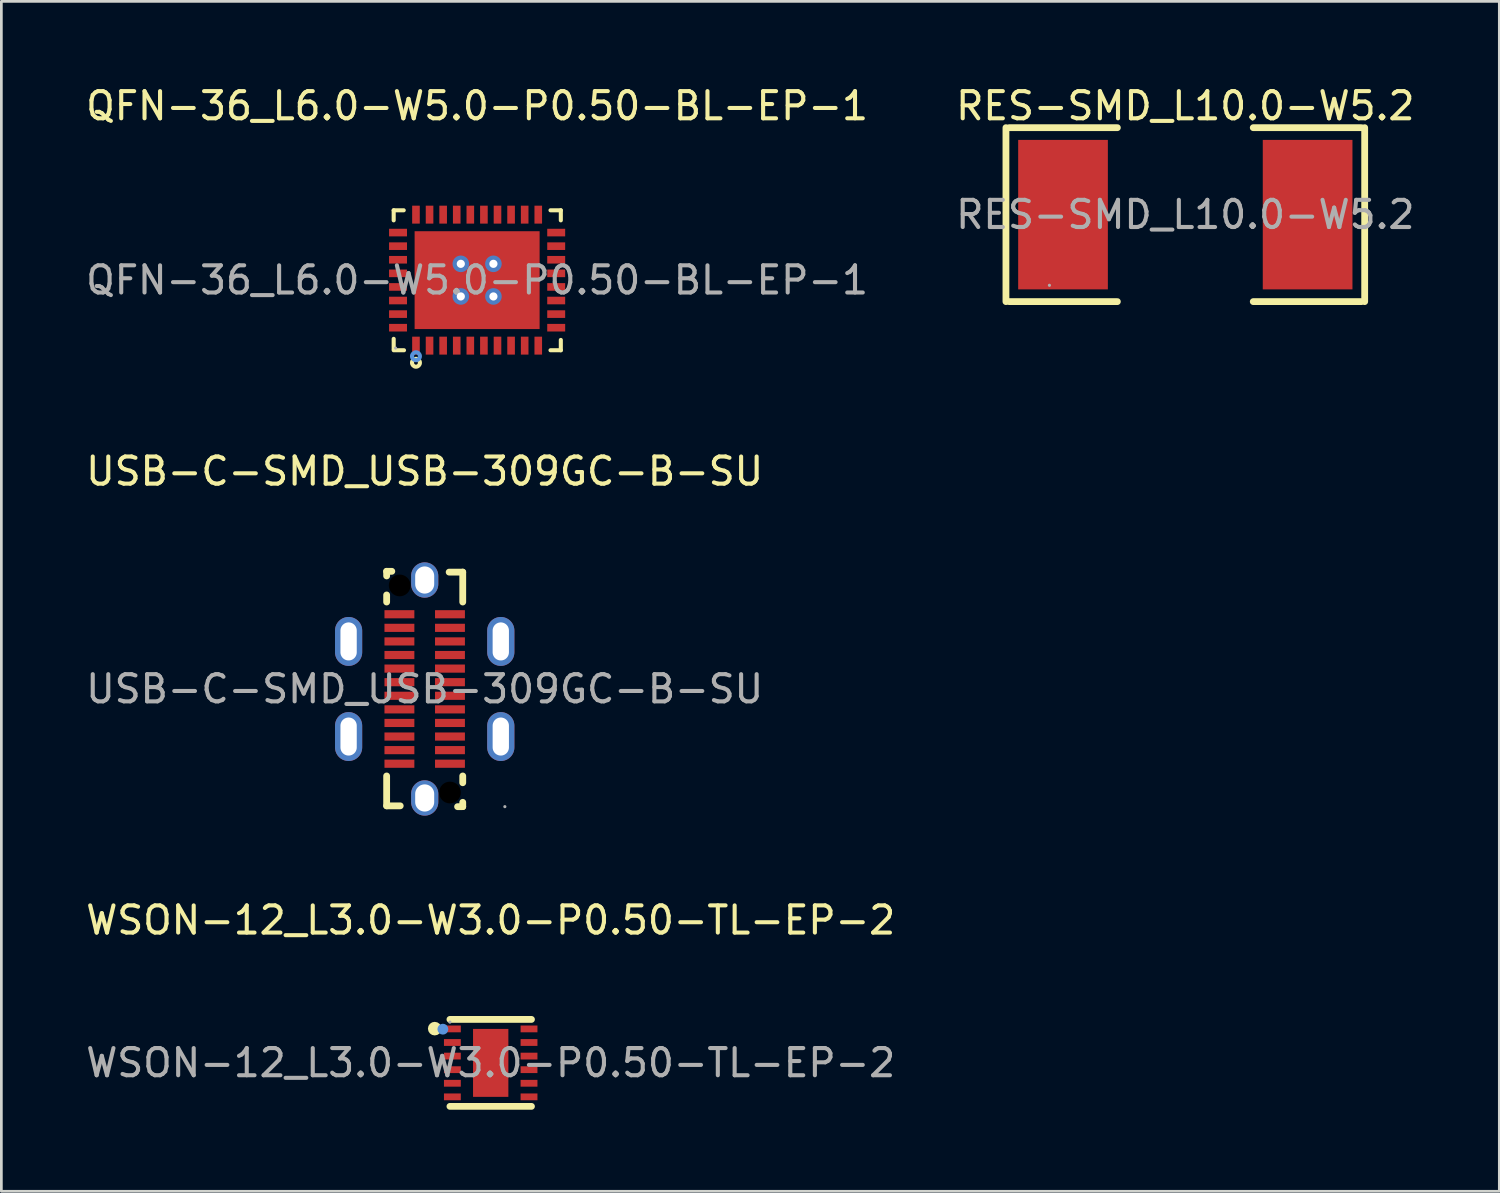
<source format=kicad_pcb>
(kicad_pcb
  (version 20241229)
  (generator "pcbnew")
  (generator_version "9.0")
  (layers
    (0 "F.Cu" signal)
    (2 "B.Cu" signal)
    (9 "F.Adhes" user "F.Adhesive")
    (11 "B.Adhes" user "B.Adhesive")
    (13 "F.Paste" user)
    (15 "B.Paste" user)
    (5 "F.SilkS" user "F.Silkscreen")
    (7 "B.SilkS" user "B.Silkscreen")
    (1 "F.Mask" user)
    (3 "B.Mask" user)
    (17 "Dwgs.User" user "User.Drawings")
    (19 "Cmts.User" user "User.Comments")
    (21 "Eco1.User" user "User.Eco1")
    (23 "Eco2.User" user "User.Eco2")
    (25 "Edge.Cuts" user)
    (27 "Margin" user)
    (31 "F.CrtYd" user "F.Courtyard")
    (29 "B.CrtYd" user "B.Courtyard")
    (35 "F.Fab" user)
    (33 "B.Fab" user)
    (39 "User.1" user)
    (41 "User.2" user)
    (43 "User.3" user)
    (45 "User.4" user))
  (footprint "RES-SMD_L10.0-W5.2"
    (layer "F.Cu")
    (at 40.565 4.848)
    (property "Reference" "RES-SMD_L10.0-W5.2" (at 0 -4 0) (layer "F.SilkS") (effects (font (size 1 1) (thickness 0.15))))
    (attr smd)
    (fp_line (start -6.6 -3.2) (end -6.6 3.2) (stroke (width 0.25) (type solid)) (layer "F.SilkS"))
    (fp_line (start -6.48 -3.2) (end -2.5 -3.2) (stroke (width 0.25) (type solid)) (layer "F.SilkS"))
    (fp_line (start -6.48 3.2) (end -2.5 3.2) (stroke (width 0.25) (type solid)) (layer "F.SilkS"))
    (fp_line (start 6.48 -3.2) (end 2.5 -3.2) (stroke (width 0.25) (type solid)) (layer "F.SilkS"))
    (fp_line (start 6.48 3.2) (end 2.5 3.2) (stroke (width 0.25) (type solid)) (layer "F.SilkS"))
    (fp_line (start 6.6 -3.2) (end 6.6 3.2) (stroke (width 0.25) (type solid)) (layer "F.SilkS"))
    (fp_circle (center -5 2.6) (end -4.97 2.6) (stroke (width 0.06) (type solid)) (fill no) (layer "F.Fab"))
    (fp_text user "${REFERENCE}" (at 0 0 0) (layer "F.Fab") (effects (font (size 1 1) (thickness 0.15))))
    (pad "1" smd rect (at -4.5 0) (size 3.3 5.5) (layers "F.Cu" "F.Mask" "F.Paste"))
    (pad "2" smd rect (at 4.5 0) (size 3.3 5.5) (layers "F.Cu" "F.Mask" "F.Paste")))
  (footprint "WSON-12_L3.0-W3.0-P0.50-TL-EP-2"
    (layer "F.Cu")
    (at 15.006 36.06)
    (property "Reference" "WSON-12_L3.0-W3.0-P0.50-TL-EP-2" (at 0 -5.25 0) (layer "F.SilkS") (effects (font (size 1 1) (thickness 0.15))))
    (attr smd)
    (fp_line (start 1.5 -1.6) (end -1.5 -1.6) (stroke (width 0.25) (type solid)) (layer "F.SilkS"))
    (fp_line (start 1.5 1.6) (end -1.5 1.6) (stroke (width 0.25) (type solid)) (layer "F.SilkS"))
    (fp_arc (start -2.06 -1.26) (mid -2.06 -1.26) (end -2.06 -1.26) (stroke (width 0.25) (type solid)) (layer "F.SilkS"))
    (fp_circle (center -1.76 -1.24) (end -1.66 -1.24) (stroke (width 0.2) (type solid)) (fill no) (layer "Cmts.User"))
    (fp_circle (center -1.5 -1.5) (end -1.47 -1.5) (stroke (width 0.06) (type solid)) (fill no) (layer "F.Fab"))
    (fp_text user "${REFERENCE}" (at 0 0 0) (layer "F.Fab") (effects (font (size 1 1) (thickness 0.15))))
    (pad "1" smd rect (at -1.41 -1.25 270) (size 0.25 0.62) (layers "F.Cu" "F.Mask" "F.Paste"))
    (pad "2" smd rect (at -1.41 -0.75 270) (size 0.25 0.62) (layers "F.Cu" "F.Mask" "F.Paste"))
    (pad "3" smd rect (at -1.41 -0.25 270) (size 0.25 0.62) (layers "F.Cu" "F.Mask" "F.Paste"))
    (pad "4" smd rect (at -1.41 0.25 270) (size 0.25 0.62) (layers "F.Cu" "F.Mask" "F.Paste"))
    (pad "5" smd rect (at -1.41 0.75 270) (size 0.25 0.62) (layers "F.Cu" "F.Mask" "F.Paste"))
    (pad "6" smd rect (at -1.41 1.25 270) (size 0.25 0.62) (layers "F.Cu" "F.Mask" "F.Paste"))
    (pad "7" smd rect (at 1.41 1.25 270) (size 0.25 0.62) (layers "F.Cu" "F.Mask" "F.Paste"))
    (pad "8" smd rect (at 1.41 0.75 270) (size 0.25 0.62) (layers "F.Cu" "F.Mask" "F.Paste"))
    (pad "9" smd rect (at 1.41 0.25 270) (size 0.25 0.62) (layers "F.Cu" "F.Mask" "F.Paste"))
    (pad "10" smd rect (at 1.41 -0.25 270) (size 0.25 0.62) (layers "F.Cu" "F.Mask" "F.Paste"))
    (pad "11" smd rect (at 1.41 -0.75 270) (size 0.25 0.62) (layers "F.Cu" "F.Mask" "F.Paste"))
    (pad "12" smd rect (at 1.41 -1.25 270) (size 0.25 0.62) (layers "F.Cu" "F.Mask" "F.Paste"))
    (pad "13" smd rect (at 0 0) (size 1.3 2.5) (layers "F.Cu" "F.Mask" "F.Paste")))
  (footprint "QFN-36_L6.0-W5.0-P0.50-BL-EP-1"
    (layer "F.Cu")
    (at 14.506 7.258)
    (property "Reference" "QFN-36_L6.0-W5.0-P0.50-BL-EP-1" (at 0 -6.41 0) (layer "F.SilkS") (effects (font (size 1 1) (thickness 0.15))))
    (attr through_hole)
    (fp_line (start -3.07 -2.57) (end -2.7 -2.57) (stroke (width 0.15) (type solid)) (layer "F.SilkS"))
    (fp_line (start -3.07 -2.2) (end -3.07 -2.57) (stroke (width 0.15) (type solid)) (layer "F.SilkS"))
    (fp_line (start -3.07 2.16) (end -3.07 2.54) (stroke (width 0.15) (type solid)) (layer "F.SilkS"))
    (fp_line (start -3.07 2.58) (end -2.69 2.58) (stroke (width 0.15) (type solid)) (layer "F.SilkS"))
    (fp_line (start 3.08 -2.57) (end 2.7 -2.57) (stroke (width 0.15) (type solid)) (layer "F.SilkS"))
    (fp_line (start 3.08 -2.2) (end 3.08 -2.57) (stroke (width 0.15) (type solid)) (layer "F.SilkS"))
    (fp_line (start 3.08 2.2) (end 3.08 2.58) (stroke (width 0.15) (type solid)) (layer "F.SilkS"))
    (fp_line (start 3.08 2.58) (end 2.7 2.58) (stroke (width 0.15) (type solid)) (layer "F.SilkS"))
    (fp_circle (center -2.25 3.04) (end -2.18 3.04) (stroke (width 0.15) (type solid)) (fill no) (layer "F.SilkS"))
    (fp_circle (center -2.25 2.8) (end -2.18 2.8) (stroke (width 0.15) (type solid)) (fill no) (layer "Cmts.User"))
    (fp_circle (center -3 2.5) (end -2.97 2.5) (stroke (width 0.06) (type solid)) (fill no) (layer "F.Fab"))
    (fp_text user "${REFERENCE}" (at 0 0 0) (layer "F.Fab") (effects (font (size 1 1) (thickness 0.15))))
    (pad "1" smd rect (at -2.25 2.41) (size 0.28 0.66) (layers "F.Cu" "F.Mask" "F.Paste"))
    (pad "2" smd rect (at -1.75 2.41) (size 0.28 0.66) (layers "F.Cu" "F.Mask" "F.Paste"))
    (pad "3" smd rect (at -1.25 2.41) (size 0.28 0.66) (layers "F.Cu" "F.Mask" "F.Paste"))
    (pad "4" smd rect (at -0.75 2.41) (size 0.28 0.66) (layers "F.Cu" "F.Mask" "F.Paste"))
    (pad "5" smd rect (at -0.25 2.41) (size 0.28 0.66) (layers "F.Cu" "F.Mask" "F.Paste"))
    (pad "6" smd rect (at 0.25 2.41) (size 0.28 0.66) (layers "F.Cu" "F.Mask" "F.Paste"))
    (pad "7" smd rect (at 0.75 2.41) (size 0.28 0.66) (layers "F.Cu" "F.Mask" "F.Paste"))
    (pad "8" smd rect (at 1.25 2.41) (size 0.28 0.66) (layers "F.Cu" "F.Mask" "F.Paste"))
    (pad "9" smd rect (at 1.75 2.41) (size 0.28 0.66) (layers "F.Cu" "F.Mask" "F.Paste"))
    (pad "10" smd rect (at 2.25 2.41) (size 0.28 0.66) (layers "F.Cu" "F.Mask" "F.Paste"))
    (pad "11" smd rect (at 2.91 1.75) (size 0.66 0.28) (layers "F.Cu" "F.Mask" "F.Paste"))
    (pad "12" smd rect (at 2.91 1.25) (size 0.66 0.28) (layers "F.Cu" "F.Mask" "F.Paste"))
    (pad "13" smd rect (at 2.91 0.75) (size 0.66 0.28) (layers "F.Cu" "F.Mask" "F.Paste"))
    (pad "14" smd rect (at 2.91 0.25) (size 0.66 0.28) (layers "F.Cu" "F.Mask" "F.Paste"))
    (pad "15" smd rect (at 2.91 -0.25) (size 0.66 0.28) (layers "F.Cu" "F.Mask" "F.Paste"))
    (pad "16" smd rect (at 2.91 -0.75) (size 0.66 0.28) (layers "F.Cu" "F.Mask" "F.Paste"))
    (pad "17" smd rect (at 2.91 -1.25) (size 0.66 0.28) (layers "F.Cu" "F.Mask" "F.Paste"))
    (pad "18" smd rect (at 2.91 -1.75) (size 0.66 0.28) (layers "F.Cu" "F.Mask" "F.Paste"))
    (pad "19" smd rect (at 2.25 -2.41) (size 0.28 0.66) (layers "F.Cu" "F.Mask" "F.Paste"))
    (pad "20" smd rect (at 1.75 -2.41) (size 0.28 0.66) (layers "F.Cu" "F.Mask" "F.Paste"))
    (pad "21" smd rect (at 1.25 -2.41) (size 0.28 0.66) (layers "F.Cu" "F.Mask" "F.Paste"))
    (pad "22" smd rect (at 0.75 -2.41) (size 0.28 0.66) (layers "F.Cu" "F.Mask" "F.Paste"))
    (pad "23" smd rect (at 0.25 -2.41) (size 0.28 0.66) (layers "F.Cu" "F.Mask" "F.Paste"))
    (pad "24" smd rect (at -0.25 -2.41) (size 0.28 0.66) (layers "F.Cu" "F.Mask" "F.Paste"))
    (pad "25" smd rect (at -0.75 -2.41) (size 0.28 0.66) (layers "F.Cu" "F.Mask" "F.Paste"))
    (pad "26" smd rect (at -1.25 -2.41) (size 0.28 0.66) (layers "F.Cu" "F.Mask" "F.Paste"))
    (pad "27" smd rect (at -1.75 -2.41) (size 0.28 0.66) (layers "F.Cu" "F.Mask" "F.Paste"))
    (pad "28" smd rect (at -2.25 -2.41) (size 0.28 0.66) (layers "F.Cu" "F.Mask" "F.Paste"))
    (pad "29" smd rect (at -2.91 -1.75) (size 0.66 0.28) (layers "F.Cu" "F.Mask" "F.Paste"))
    (pad "30" smd rect (at -2.91 -1.25) (size 0.66 0.28) (layers "F.Cu" "F.Mask" "F.Paste"))
    (pad "31" smd rect (at -2.91 -0.75) (size 0.66 0.28) (layers "F.Cu" "F.Mask" "F.Paste"))
    (pad "32" smd rect (at -2.91 -0.25) (size 0.66 0.28) (layers "F.Cu" "F.Mask" "F.Paste"))
    (pad "33" smd rect (at -2.91 0.25) (size 0.66 0.28) (layers "F.Cu" "F.Mask" "F.Paste"))
    (pad "34" smd rect (at -2.91 0.75) (size 0.66 0.28) (layers "F.Cu" "F.Mask" "F.Paste"))
    (pad "35" smd rect (at -2.91 1.25) (size 0.66 0.28) (layers "F.Cu" "F.Mask" "F.Paste"))
    (pad "36" smd rect (at -2.91 1.75) (size 0.66 0.28) (layers "F.Cu" "F.Mask" "F.Paste"))
    (pad "37" thru_hole circle (at -0.6 -0.6) (size 0.61 0.61) (drill 0.3) (layers "*.Cu"))
    (pad "37" thru_hole circle (at -0.6 0.6) (size 0.61 0.61) (drill 0.3) (layers "*.Cu"))
    (pad "37" smd rect (at 0 0) (size 4.6 3.6) (layers "F.Cu" "F.Mask" "F.Paste"))
    (pad "37" thru_hole circle (at 0.6 -0.6) (size 0.61 0.61) (drill 0.3) (layers "*.Cu"))
    (pad "37" thru_hole circle (at 0.6 0.6) (size 0.61 0.61) (drill 0.3) (layers "*.Cu")))
  (footprint "USB-C-SMD_USB-309GC-B-SU"
    (layer "F.Cu")
    (at 12.577 22.302)
    (property "Reference" "USB-C-SMD_USB-309GC-B-SU" (at 0 -8.01 0) (layer "F.SilkS") (effects (font (size 1 1) (thickness 0.15))))
    (attr smd)
    (fp_line (start -1.4 -4.33) (end -1.4 -4.16) (stroke (width 0.25) (type solid)) (layer "F.SilkS"))
    (fp_line (start -1.4 -4.33) (end -1.21 -4.33) (stroke (width 0.25) (type solid)) (layer "F.SilkS"))
    (fp_line (start -1.4 -3.46) (end -1.4 -3.2) (stroke (width 0.25) (type solid)) (layer "F.SilkS"))
    (fp_line (start -1.4 3.2) (end -1.4 4.3) (stroke (width 0.25) (type solid)) (layer "F.SilkS"))
    (fp_line (start -1.4 4.3) (end -0.9 4.3) (stroke (width 0.25) (type solid)) (layer "F.SilkS"))
    (fp_line (start 0.9 -4.3) (end 1.4 -4.3) (stroke (width 0.25) (type solid)) (layer "F.SilkS"))
    (fp_line (start 1.21 4.33) (end 1.4 4.33) (stroke (width 0.25) (type solid)) (layer "F.SilkS"))
    (fp_line (start 1.4 -4.3) (end 1.4 -3.2) (stroke (width 0.25) (type solid)) (layer "F.SilkS"))
    (fp_line (start 1.4 3.2) (end 1.4 3.45) (stroke (width 0.25) (type solid)) (layer "F.SilkS"))
    (fp_line (start 1.4 4.17) (end 1.4 4.33) (stroke (width 0.25) (type solid)) (layer "F.SilkS"))
    (fp_circle (center -0.92 -3.81) (end -0.77 -3.81) (stroke (width 0.3) (type solid)) (fill no) (layer "Cmts.User"))
    (fp_circle (center 0.93 3.81) (end 1.08 3.81) (stroke (width 0.3) (type solid)) (fill no) (layer "Cmts.User"))
    (fp_circle (center 2.95 4.33) (end 2.98 4.33) (stroke (width 0.06) (type solid)) (fill no) (layer "F.Fab"))
    (fp_text user "${REFERENCE}" (at 0 0 0) (layer "F.Fab") (effects (font (size 1 1) (thickness 0.15))))
    (pad "" np_thru_hole circle (at -0.92 -3.81) (size 0.8 0.8) (drill 0.8) (layers "*.Mask"))
    (pad "" np_thru_hole circle (at 0.93 3.81) (size 0.8 0.8) (drill 0.8) (layers "*.Mask"))
    (pad "25" thru_hole oval (at -2.8 -1.75) (size 1 1.8) (drill oval 0.6 1.4) (layers "*.Cu" "*.Mask"))
    (pad "26" thru_hole oval (at 2.8 -1.75) (size 1 1.8) (drill oval 0.6 1.4) (layers "*.Cu" "*.Mask"))
    (pad "27" thru_hole oval (at 2.8 1.75) (size 1 1.8) (drill oval 0.6 1.4) (layers "*.Cu" "*.Mask"))
    (pad "28" thru_hole oval (at -2.8 1.75) (size 1 1.8) (drill oval 0.6 1.4) (layers "*.Cu" "*.Mask"))
    (pad "29" thru_hole oval (at 0 -4.01) (size 1 1.3) (drill oval 0.7 1) (layers "*.Cu" "*.Mask"))
    (pad "30" thru_hole oval (at 0 4.01) (size 1 1.3) (drill oval 0.7 1) (layers "*.Cu" "*.Mask"))
    (pad "A1" smd rect (at 0.93 2.75 270) (size 0.3 1.1) (layers "F.Cu" "F.Mask" "F.Paste"))
    (pad "A2" smd rect (at 0.93 2.25 270) (size 0.3 1.1) (layers "F.Cu" "F.Mask" "F.Paste"))
    (pad "A3" smd rect (at 0.93 1.75 270) (size 0.3 1.1) (layers "F.Cu" "F.Mask" "F.Paste"))
    (pad "A4" smd rect (at 0.93 1.25 270) (size 0.3 1.1) (layers "F.Cu" "F.Mask" "F.Paste"))
    (pad "A5" smd rect (at 0.93 0.75 270) (size 0.3 1.1) (layers "F.Cu" "F.Mask" "F.Paste"))
    (pad "A6" smd rect (at 0.93 0.25 270) (size 0.3 1.1) (layers "F.Cu" "F.Mask" "F.Paste"))
    (pad "A7" smd rect (at 0.93 -0.25 270) (size 0.3 1.1) (layers "F.Cu" "F.Mask" "F.Paste"))
    (pad "A8" smd rect (at 0.93 -0.75 270) (size 0.3 1.1) (layers "F.Cu" "F.Mask" "F.Paste"))
    (pad "A9" smd rect (at 0.93 -1.25 270) (size 0.3 1.1) (layers "F.Cu" "F.Mask" "F.Paste"))
    (pad "A10" smd rect (at 0.93 -1.75 270) (size 0.3 1.1) (layers "F.Cu" "F.Mask" "F.Paste"))
    (pad "A11" smd rect (at 0.93 -2.25 270) (size 0.3 1.1) (layers "F.Cu" "F.Mask" "F.Paste"))
    (pad "A12" smd rect (at 0.93 -2.75 270) (size 0.3 1.1) (layers "F.Cu" "F.Mask" "F.Paste"))
    (pad "B1" smd rect (at -0.93 -2.75 270) (size 0.3 1.1) (layers "F.Cu" "F.Mask" "F.Paste"))
    (pad "B2" smd rect (at -0.93 -2.25 270) (size 0.3 1.1) (layers "F.Cu" "F.Mask" "F.Paste"))
    (pad "B3" smd rect (at -0.93 -1.75 270) (size 0.3 1.1) (layers "F.Cu" "F.Mask" "F.Paste"))
    (pad "B4" smd rect (at -0.93 -1.25 270) (size 0.3 1.1) (layers "F.Cu" "F.Mask" "F.Paste"))
    (pad "B5" smd rect (at -0.93 -0.75 270) (size 0.3 1.1) (layers "F.Cu" "F.Mask" "F.Paste"))
    (pad "B6" smd rect (at -0.93 -0.25 270) (size 0.3 1.1) (layers "F.Cu" "F.Mask" "F.Paste"))
    (pad "B7" smd rect (at -0.93 0.25 270) (size 0.3 1.1) (layers "F.Cu" "F.Mask" "F.Paste"))
    (pad "B8" smd rect (at -0.93 0.75 270) (size 0.3 1.1) (layers "F.Cu" "F.Mask" "F.Paste"))
    (pad "B9" smd rect (at -0.93 1.25 270) (size 0.3 1.1) (layers "F.Cu" "F.Mask" "F.Paste"))
    (pad "B10" smd rect (at -0.93 1.75 270) (size 0.3 1.1) (layers "F.Cu" "F.Mask" "F.Paste"))
    (pad "B11" smd rect (at -0.93 2.25 270) (size 0.3 1.1) (layers "F.Cu" "F.Mask" "F.Paste"))
    (pad "B12" smd rect (at -0.93 2.75 270) (size 0.3 1.1) (layers "F.Cu" "F.Mask" "F.Paste")))
  (gr_rect
    (start -3 -3)
    (end 52.119 40.785)
    (stroke (width 0.1) (type default))
    (fill no)
    (layer "Edge.Cuts")))
</source>
